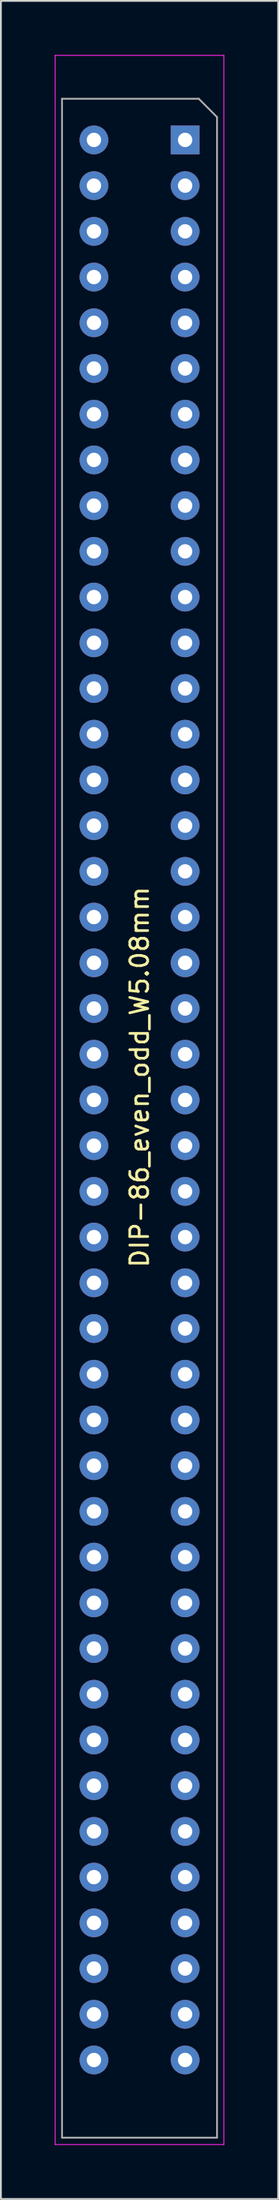
<source format=kicad_pcb>
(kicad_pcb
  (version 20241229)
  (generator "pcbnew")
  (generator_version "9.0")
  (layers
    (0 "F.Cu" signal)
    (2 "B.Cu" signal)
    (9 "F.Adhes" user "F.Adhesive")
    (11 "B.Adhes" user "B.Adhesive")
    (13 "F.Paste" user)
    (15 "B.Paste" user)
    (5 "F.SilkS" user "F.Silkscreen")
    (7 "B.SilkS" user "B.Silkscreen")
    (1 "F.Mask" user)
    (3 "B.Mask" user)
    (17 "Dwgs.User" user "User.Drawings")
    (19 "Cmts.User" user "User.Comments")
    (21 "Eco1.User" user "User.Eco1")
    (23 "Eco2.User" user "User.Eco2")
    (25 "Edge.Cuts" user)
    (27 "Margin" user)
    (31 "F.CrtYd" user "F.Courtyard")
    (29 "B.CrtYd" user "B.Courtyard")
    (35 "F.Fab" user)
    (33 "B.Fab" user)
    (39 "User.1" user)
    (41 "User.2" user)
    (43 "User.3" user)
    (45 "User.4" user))
  (footprint "DIP-86_even_odd_W5.08mm"
    (layer "F.Cu")
    (at 4.724 58.064)
    (property "Reference" "DIP-86_even_odd_W5.08mm" (at 0 -1.27 270) (layer "F.SilkS") (effects (font (size 1 1) (thickness 0.15))))
    (attr through_hole)
    (fp_line (start -4.699 -58.039) (end -4.699 58.039) (stroke (width 0.05) (type solid)) (layer "F.CrtYd"))
    (fp_line (start -4.699 58.039) (end 4.699 58.039) (stroke (width 0.05) (type solid)) (layer "F.CrtYd"))
    (fp_line (start 4.699 -58.039) (end -4.699 -58.039) (stroke (width 0.05) (type solid)) (layer "F.CrtYd"))
    (fp_line (start 4.699 58.039) (end 4.699 -58.039) (stroke (width 0.05) (type solid)) (layer "F.CrtYd"))
    (fp_line (start -4.318 -55.626) (end -4.318 57.658) (stroke (width 0.1) (type solid)) (layer "F.Fab"))
    (fp_line (start -4.318 -55.626) (end 3.302 -55.626) (stroke (width 0.1) (type solid)) (layer "F.Fab"))
    (fp_line (start 4.318 -54.61) (end 3.302 -55.626) (stroke (width 0.1) (type solid)) (layer "F.Fab"))
    (fp_line (start 4.318 57.658) (end -4.318 57.658) (stroke (width 0.1) (type solid)) (layer "F.Fab"))
    (fp_line (start 4.318 57.658) (end 4.318 -54.61) (stroke (width 0.1) (type solid)) (layer "F.Fab"))
    (pad "1" thru_hole rect (at 2.54 -53.34) (size 1.6 1.6) (drill 0.8) (layers "*.Cu" "*.Mask"))
    (pad "2" thru_hole oval (at -2.54 -53.34) (size 1.6 1.6) (drill 0.8) (layers "*.Cu" "*.Mask"))
    (pad "3" thru_hole oval (at 2.54 -50.8) (size 1.6 1.6) (drill 0.8) (layers "*.Cu" "*.Mask"))
    (pad "4" thru_hole oval (at -2.54 -50.8) (size 1.6 1.6) (drill 0.8) (layers "*.Cu" "*.Mask"))
    (pad "5" thru_hole oval (at 2.54 -48.26) (size 1.6 1.6) (drill 0.8) (layers "*.Cu" "*.Mask"))
    (pad "6" thru_hole oval (at -2.54 -48.26) (size 1.6 1.6) (drill 0.8) (layers "*.Cu" "*.Mask"))
    (pad "7" thru_hole oval (at 2.54 -45.72) (size 1.6 1.6) (drill 0.8) (layers "*.Cu" "*.Mask"))
    (pad "8" thru_hole oval (at -2.54 -45.72) (size 1.6 1.6) (drill 0.8) (layers "*.Cu" "*.Mask"))
    (pad "9" thru_hole oval (at 2.54 -43.18) (size 1.6 1.6) (drill 0.8) (layers "*.Cu" "*.Mask"))
    (pad "10" thru_hole oval (at -2.54 -43.18) (size 1.6 1.6) (drill 0.8) (layers "*.Cu" "*.Mask"))
    (pad "11" thru_hole oval (at 2.54 -40.64) (size 1.6 1.6) (drill 0.8) (layers "*.Cu" "*.Mask"))
    (pad "12" thru_hole oval (at -2.54 -40.64) (size 1.6 1.6) (drill 0.8) (layers "*.Cu" "*.Mask"))
    (pad "13" thru_hole oval (at 2.54 -38.1) (size 1.6 1.6) (drill 0.8) (layers "*.Cu" "*.Mask"))
    (pad "14" thru_hole oval (at -2.54 -38.1) (size 1.6 1.6) (drill 0.8) (layers "*.Cu" "*.Mask"))
    (pad "15" thru_hole oval (at 2.54 -35.56) (size 1.6 1.6) (drill 0.8) (layers "*.Cu" "*.Mask"))
    (pad "16" thru_hole oval (at -2.54 -35.56) (size 1.6 1.6) (drill 0.8) (layers "*.Cu" "*.Mask"))
    (pad "17" thru_hole oval (at 2.54 -33.02) (size 1.6 1.6) (drill 0.8) (layers "*.Cu" "*.Mask"))
    (pad "18" thru_hole oval (at -2.54 -33.02) (size 1.6 1.6) (drill 0.8) (layers "*.Cu" "*.Mask"))
    (pad "19" thru_hole oval (at 2.54 -30.48) (size 1.6 1.6) (drill 0.8) (layers "*.Cu" "*.Mask"))
    (pad "20" thru_hole oval (at -2.54 -30.48) (size 1.6 1.6) (drill 0.8) (layers "*.Cu" "*.Mask"))
    (pad "21" thru_hole oval (at 2.54 -27.94) (size 1.6 1.6) (drill 0.8) (layers "*.Cu" "*.Mask"))
    (pad "22" thru_hole oval (at -2.54 -27.94) (size 1.6 1.6) (drill 0.8) (layers "*.Cu" "*.Mask"))
    (pad "23" thru_hole oval (at 2.54 -25.4) (size 1.6 1.6) (drill 0.8) (layers "*.Cu" "*.Mask"))
    (pad "24" thru_hole oval (at -2.54 -25.4) (size 1.6 1.6) (drill 0.8) (layers "*.Cu" "*.Mask"))
    (pad "25" thru_hole oval (at 2.54 -22.86) (size 1.6 1.6) (drill 0.8) (layers "*.Cu" "*.Mask"))
    (pad "26" thru_hole oval (at -2.54 -22.86) (size 1.6 1.6) (drill 0.8) (layers "*.Cu" "*.Mask"))
    (pad "27" thru_hole oval (at 2.54 -20.32) (size 1.6 1.6) (drill 0.8) (layers "*.Cu" "*.Mask"))
    (pad "28" thru_hole oval (at -2.54 -20.32) (size 1.6 1.6) (drill 0.8) (layers "*.Cu" "*.Mask"))
    (pad "29" thru_hole oval (at 2.54 -17.78) (size 1.6 1.6) (drill 0.8) (layers "*.Cu" "*.Mask"))
    (pad "30" thru_hole oval (at -2.54 -17.78) (size 1.6 1.6) (drill 0.8) (layers "*.Cu" "*.Mask"))
    (pad "31" thru_hole oval (at 2.54 -15.24) (size 1.6 1.6) (drill 0.8) (layers "*.Cu" "*.Mask"))
    (pad "32" thru_hole oval (at -2.54 -15.24) (size 1.6 1.6) (drill 0.8) (layers "*.Cu" "*.Mask"))
    (pad "33" thru_hole oval (at 2.54 -12.7) (size 1.6 1.6) (drill 0.8) (layers "*.Cu" "*.Mask"))
    (pad "34" thru_hole oval (at -2.54 -12.7) (size 1.6 1.6) (drill 0.8) (layers "*.Cu" "*.Mask"))
    (pad "35" thru_hole oval (at 2.54 -10.16) (size 1.6 1.6) (drill 0.8) (layers "*.Cu" "*.Mask"))
    (pad "36" thru_hole oval (at -2.54 -10.16) (size 1.6 1.6) (drill 0.8) (layers "*.Cu" "*.Mask"))
    (pad "37" thru_hole oval (at 2.54 -7.62) (size 1.6 1.6) (drill 0.8) (layers "*.Cu" "*.Mask"))
    (pad "38" thru_hole oval (at -2.54 -7.62) (size 1.6 1.6) (drill 0.8) (layers "*.Cu" "*.Mask"))
    (pad "39" thru_hole oval (at 2.54 -5.08) (size 1.6 1.6) (drill 0.8) (layers "*.Cu" "*.Mask"))
    (pad "40" thru_hole oval (at -2.54 -5.08) (size 1.6 1.6) (drill 0.8) (layers "*.Cu" "*.Mask"))
    (pad "41" thru_hole oval (at 2.54 -2.54) (size 1.6 1.6) (drill 0.8) (layers "*.Cu" "*.Mask"))
    (pad "42" thru_hole oval (at -2.54 -2.54) (size 1.6 1.6) (drill 0.8) (layers "*.Cu" "*.Mask"))
    (pad "43" thru_hole oval (at 2.54 0) (size 1.6 1.6) (drill 0.8) (layers "*.Cu" "*.Mask"))
    (pad "44" thru_hole oval (at -2.54 0) (size 1.6 1.6) (drill 0.8) (layers "*.Cu" "*.Mask"))
    (pad "45" thru_hole oval (at 2.54 2.54) (size 1.6 1.6) (drill 0.8) (layers "*.Cu" "*.Mask"))
    (pad "46" thru_hole oval (at -2.54 2.54) (size 1.6 1.6) (drill 0.8) (layers "*.Cu" "*.Mask"))
    (pad "47" thru_hole oval (at 2.54 5.08) (size 1.6 1.6) (drill 0.8) (layers "*.Cu" "*.Mask"))
    (pad "48" thru_hole oval (at -2.54 5.08) (size 1.6 1.6) (drill 0.8) (layers "*.Cu" "*.Mask"))
    (pad "49" thru_hole oval (at 2.54 7.62) (size 1.6 1.6) (drill 0.8) (layers "*.Cu" "*.Mask"))
    (pad "50" thru_hole oval (at -2.54 7.62) (size 1.6 1.6) (drill 0.8) (layers "*.Cu" "*.Mask"))
    (pad "51" thru_hole oval (at 2.54 10.16) (size 1.6 1.6) (drill 0.8) (layers "*.Cu" "*.Mask"))
    (pad "52" thru_hole oval (at -2.54 10.16) (size 1.6 1.6) (drill 0.8) (layers "*.Cu" "*.Mask"))
    (pad "53" thru_hole oval (at 2.54 12.7) (size 1.6 1.6) (drill 0.8) (layers "*.Cu" "*.Mask"))
    (pad "54" thru_hole oval (at -2.54 12.7) (size 1.6 1.6) (drill 0.8) (layers "*.Cu" "*.Mask"))
    (pad "55" thru_hole oval (at 2.54 15.24) (size 1.6 1.6) (drill 0.8) (layers "*.Cu" "*.Mask"))
    (pad "56" thru_hole oval (at -2.54 15.24) (size 1.6 1.6) (drill 0.8) (layers "*.Cu" "*.Mask"))
    (pad "57" thru_hole oval (at 2.54 17.78) (size 1.6 1.6) (drill 0.8) (layers "*.Cu" "*.Mask"))
    (pad "58" thru_hole oval (at -2.54 17.78) (size 1.6 1.6) (drill 0.8) (layers "*.Cu" "*.Mask"))
    (pad "59" thru_hole oval (at 2.54 20.32) (size 1.6 1.6) (drill 0.8) (layers "*.Cu" "*.Mask"))
    (pad "60" thru_hole oval (at -2.54 20.32) (size 1.6 1.6) (drill 0.8) (layers "*.Cu" "*.Mask"))
    (pad "61" thru_hole oval (at 2.54 22.86) (size 1.6 1.6) (drill 0.8) (layers "*.Cu" "*.Mask"))
    (pad "62" thru_hole oval (at -2.54 22.86) (size 1.6 1.6) (drill 0.8) (layers "*.Cu" "*.Mask"))
    (pad "63" thru_hole oval (at 2.54 25.4) (size 1.6 1.6) (drill 0.8) (layers "*.Cu" "*.Mask"))
    (pad "64" thru_hole oval (at -2.54 25.4) (size 1.6 1.6) (drill 0.8) (layers "*.Cu" "*.Mask"))
    (pad "65" thru_hole oval (at 2.54 27.94) (size 1.6 1.6) (drill 0.8) (layers "*.Cu" "*.Mask"))
    (pad "66" thru_hole oval (at -2.54 27.94) (size 1.6 1.6) (drill 0.8) (layers "*.Cu" "*.Mask"))
    (pad "67" thru_hole oval (at 2.54 30.48) (size 1.6 1.6) (drill 0.8) (layers "*.Cu" "*.Mask"))
    (pad "68" thru_hole oval (at -2.54 30.48) (size 1.6 1.6) (drill 0.8) (layers "*.Cu" "*.Mask"))
    (pad "69" thru_hole oval (at 2.54 33.02) (size 1.6 1.6) (drill 0.8) (layers "*.Cu" "*.Mask"))
    (pad "70" thru_hole oval (at -2.54 33.02) (size 1.6 1.6) (drill 0.8) (layers "*.Cu" "*.Mask"))
    (pad "71" thru_hole oval (at 2.54 35.56) (size 1.6 1.6) (drill 0.8) (layers "*.Cu" "*.Mask"))
    (pad "72" thru_hole oval (at -2.54 35.56) (size 1.6 1.6) (drill 0.8) (layers "*.Cu" "*.Mask"))
    (pad "73" thru_hole oval (at 2.54 38.1) (size 1.6 1.6) (drill 0.8) (layers "*.Cu" "*.Mask"))
    (pad "74" thru_hole oval (at -2.54 38.1) (size 1.6 1.6) (drill 0.8) (layers "*.Cu" "*.Mask"))
    (pad "75" thru_hole oval (at 2.54 40.64) (size 1.6 1.6) (drill 0.8) (layers "*.Cu" "*.Mask"))
    (pad "76" thru_hole oval (at -2.54 40.64) (size 1.6 1.6) (drill 0.8) (layers "*.Cu" "*.Mask"))
    (pad "77" thru_hole oval (at 2.54 43.18) (size 1.6 1.6) (drill 0.8) (layers "*.Cu" "*.Mask"))
    (pad "78" thru_hole oval (at -2.54 43.18) (size 1.6 1.6) (drill 0.8) (layers "*.Cu" "*.Mask"))
    (pad "79" thru_hole oval (at 2.54 45.72) (size 1.6 1.6) (drill 0.8) (layers "*.Cu" "*.Mask"))
    (pad "80" thru_hole oval (at -2.54 45.72) (size 1.6 1.6) (drill 0.8) (layers "*.Cu" "*.Mask"))
    (pad "81" thru_hole oval (at 2.54 48.26) (size 1.6 1.6) (drill 0.8) (layers "*.Cu" "*.Mask"))
    (pad "82" thru_hole oval (at -2.54 48.26) (size 1.6 1.6) (drill 0.8) (layers "*.Cu" "*.Mask"))
    (pad "83" thru_hole oval (at 2.54 50.8) (size 1.6 1.6) (drill 0.8) (layers "*.Cu" "*.Mask"))
    (pad "84" thru_hole oval (at -2.54 50.8) (size 1.6 1.6) (drill 0.8) (layers "*.Cu" "*.Mask"))
    (pad "85" thru_hole oval (at 2.54 53.34) (size 1.6 1.6) (drill 0.8) (layers "*.Cu" "*.Mask"))
    (pad "86" thru_hole oval (at -2.54 53.34) (size 1.6 1.6) (drill 0.8) (layers "*.Cu" "*.Mask")))
  (gr_rect
    (start -3 -3)
    (end 12.448 119.128)
    (stroke (width 0.1) (type default))
    (fill no)
    (layer "Edge.Cuts")))
</source>
